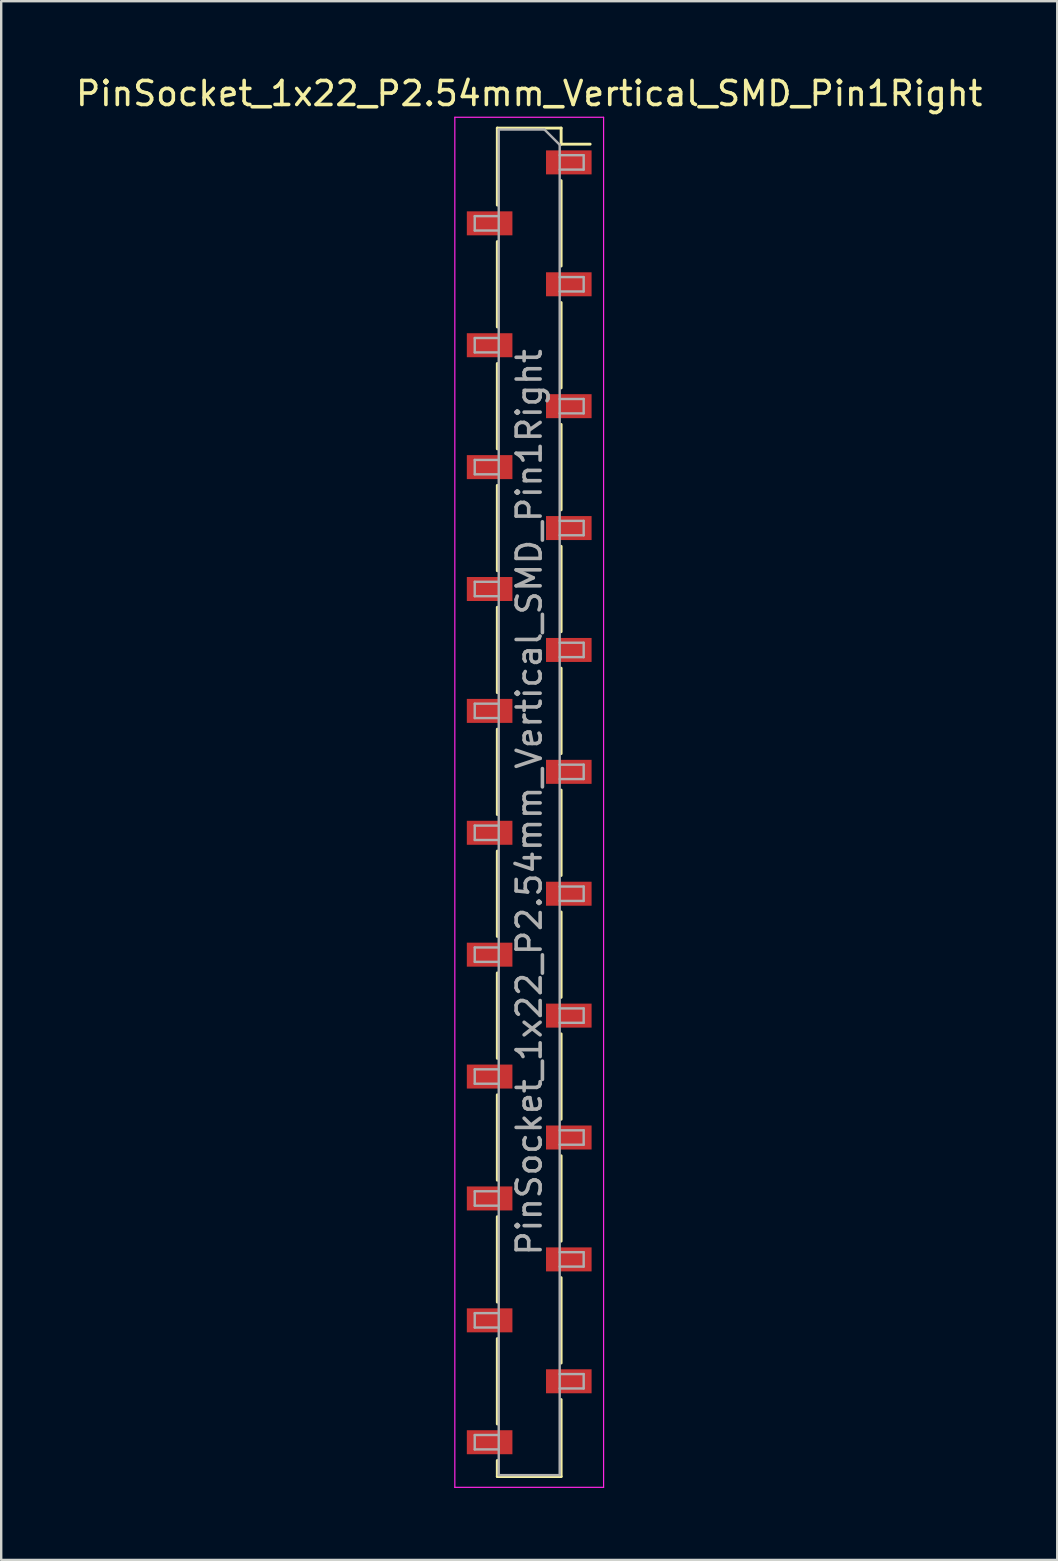
<source format=kicad_pcb>
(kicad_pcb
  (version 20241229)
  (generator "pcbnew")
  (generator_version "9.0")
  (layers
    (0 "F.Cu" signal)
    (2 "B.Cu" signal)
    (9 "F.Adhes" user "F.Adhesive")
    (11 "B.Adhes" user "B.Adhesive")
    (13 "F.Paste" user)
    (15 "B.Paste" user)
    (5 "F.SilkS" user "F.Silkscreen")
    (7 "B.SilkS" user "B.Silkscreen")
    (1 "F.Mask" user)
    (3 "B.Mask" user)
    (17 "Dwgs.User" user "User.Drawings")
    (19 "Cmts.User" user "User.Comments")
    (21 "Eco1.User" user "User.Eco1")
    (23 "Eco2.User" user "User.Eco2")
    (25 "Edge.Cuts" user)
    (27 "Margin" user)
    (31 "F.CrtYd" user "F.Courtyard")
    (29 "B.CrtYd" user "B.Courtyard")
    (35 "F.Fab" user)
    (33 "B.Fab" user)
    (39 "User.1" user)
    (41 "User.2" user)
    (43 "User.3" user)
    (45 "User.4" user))
  (footprint "PinSocket_1x22_P2.54mm_Vertical_SMD_Pin1Right"
    (layer "F.Cu")
    (at 19.006 30.388)
    (property "Reference" "PinSocket_1x22_P2.54mm_Vertical_SMD_Pin1Right" (at 0 -29.54 0) (layer "F.SilkS") (effects (font (size 1 1) (thickness 0.15))))
    (attr smd)
    (fp_line (start -1.33 -28.1) (end -1.33 -24.89) (stroke (width 0.12) (type solid)) (layer "F.SilkS"))
    (fp_line (start -1.33 -28.1) (end 1.33 -28.1) (stroke (width 0.12) (type solid)) (layer "F.SilkS"))
    (fp_line (start -1.33 -23.37) (end -1.33 -19.81) (stroke (width 0.12) (type solid)) (layer "F.SilkS"))
    (fp_line (start -1.33 -18.29) (end -1.33 -14.73) (stroke (width 0.12) (type solid)) (layer "F.SilkS"))
    (fp_line (start -1.33 -13.21) (end -1.33 -9.65) (stroke (width 0.12) (type solid)) (layer "F.SilkS"))
    (fp_line (start -1.33 -8.13) (end -1.33 -4.57) (stroke (width 0.12) (type solid)) (layer "F.SilkS"))
    (fp_line (start -1.33 -3.05) (end -1.33 0.51) (stroke (width 0.12) (type solid)) (layer "F.SilkS"))
    (fp_line (start -1.33 2.03) (end -1.33 5.59) (stroke (width 0.12) (type solid)) (layer "F.SilkS"))
    (fp_line (start -1.33 7.11) (end -1.33 10.67) (stroke (width 0.12) (type solid)) (layer "F.SilkS"))
    (fp_line (start -1.33 12.19) (end -1.33 15.75) (stroke (width 0.12) (type solid)) (layer "F.SilkS"))
    (fp_line (start -1.33 17.27) (end -1.33 20.83) (stroke (width 0.12) (type solid)) (layer "F.SilkS"))
    (fp_line (start -1.33 22.35) (end -1.33 25.91) (stroke (width 0.12) (type solid)) (layer "F.SilkS"))
    (fp_line (start -1.33 27.43) (end -1.33 28.1) (stroke (width 0.12) (type solid)) (layer "F.SilkS"))
    (fp_line (start -1.33 28.1) (end 1.33 28.1) (stroke (width 0.12) (type solid)) (layer "F.SilkS"))
    (fp_line (start 1.33 -28.1) (end 1.33 -27.43) (stroke (width 0.12) (type solid)) (layer "F.SilkS"))
    (fp_line (start 1.33 -27.43) (end 2.54 -27.43) (stroke (width 0.12) (type solid)) (layer "F.SilkS"))
    (fp_line (start 1.33 -25.91) (end 1.33 -22.35) (stroke (width 0.12) (type solid)) (layer "F.SilkS"))
    (fp_line (start 1.33 -20.83) (end 1.33 -17.27) (stroke (width 0.12) (type solid)) (layer "F.SilkS"))
    (fp_line (start 1.33 -15.75) (end 1.33 -12.19) (stroke (width 0.12) (type solid)) (layer "F.SilkS"))
    (fp_line (start 1.33 -10.67) (end 1.33 -7.11) (stroke (width 0.12) (type solid)) (layer "F.SilkS"))
    (fp_line (start 1.33 -5.59) (end 1.33 -2.03) (stroke (width 0.12) (type solid)) (layer "F.SilkS"))
    (fp_line (start 1.33 -0.51) (end 1.33 3.05) (stroke (width 0.12) (type solid)) (layer "F.SilkS"))
    (fp_line (start 1.33 4.57) (end 1.33 8.13) (stroke (width 0.12) (type solid)) (layer "F.SilkS"))
    (fp_line (start 1.33 9.65) (end 1.33 13.21) (stroke (width 0.12) (type solid)) (layer "F.SilkS"))
    (fp_line (start 1.33 14.73) (end 1.33 18.29) (stroke (width 0.12) (type solid)) (layer "F.SilkS"))
    (fp_line (start 1.33 19.81) (end 1.33 23.37) (stroke (width 0.12) (type solid)) (layer "F.SilkS"))
    (fp_line (start 1.33 24.89) (end 1.33 28.1) (stroke (width 0.12) (type solid)) (layer "F.SilkS"))
    (fp_line (start -3.1 -28.55) (end 3.1 -28.55) (stroke (width 0.05) (type solid)) (layer "F.CrtYd"))
    (fp_line (start -3.1 28.55) (end -3.1 -28.55) (stroke (width 0.05) (type solid)) (layer "F.CrtYd"))
    (fp_line (start 3.1 -28.55) (end 3.1 28.55) (stroke (width 0.05) (type solid)) (layer "F.CrtYd"))
    (fp_line (start 3.1 28.55) (end -3.1 28.55) (stroke (width 0.05) (type solid)) (layer "F.CrtYd"))
    (fp_line (start -2.27 -24.43) (end -1.27 -24.43) (stroke (width 0.1) (type solid)) (layer "F.Fab"))
    (fp_line (start -2.27 -23.83) (end -2.27 -24.43) (stroke (width 0.1) (type solid)) (layer "F.Fab"))
    (fp_line (start -2.27 -19.35) (end -1.27 -19.35) (stroke (width 0.1) (type solid)) (layer "F.Fab"))
    (fp_line (start -2.27 -18.75) (end -2.27 -19.35) (stroke (width 0.1) (type solid)) (layer "F.Fab"))
    (fp_line (start -2.27 -14.27) (end -1.27 -14.27) (stroke (width 0.1) (type solid)) (layer "F.Fab"))
    (fp_line (start -2.27 -13.67) (end -2.27 -14.27) (stroke (width 0.1) (type solid)) (layer "F.Fab"))
    (fp_line (start -2.27 -9.19) (end -1.27 -9.19) (stroke (width 0.1) (type solid)) (layer "F.Fab"))
    (fp_line (start -2.27 -8.59) (end -2.27 -9.19) (stroke (width 0.1) (type solid)) (layer "F.Fab"))
    (fp_line (start -2.27 -4.11) (end -1.27 -4.11) (stroke (width 0.1) (type solid)) (layer "F.Fab"))
    (fp_line (start -2.27 -3.51) (end -2.27 -4.11) (stroke (width 0.1) (type solid)) (layer "F.Fab"))
    (fp_line (start -2.27 0.97) (end -1.27 0.97) (stroke (width 0.1) (type solid)) (layer "F.Fab"))
    (fp_line (start -2.27 1.57) (end -2.27 0.97) (stroke (width 0.1) (type solid)) (layer "F.Fab"))
    (fp_line (start -2.27 6.05) (end -1.27 6.05) (stroke (width 0.1) (type solid)) (layer "F.Fab"))
    (fp_line (start -2.27 6.65) (end -2.27 6.05) (stroke (width 0.1) (type solid)) (layer "F.Fab"))
    (fp_line (start -2.27 11.13) (end -1.27 11.13) (stroke (width 0.1) (type solid)) (layer "F.Fab"))
    (fp_line (start -2.27 11.73) (end -2.27 11.13) (stroke (width 0.1) (type solid)) (layer "F.Fab"))
    (fp_line (start -2.27 16.21) (end -1.27 16.21) (stroke (width 0.1) (type solid)) (layer "F.Fab"))
    (fp_line (start -2.27 16.81) (end -2.27 16.21) (stroke (width 0.1) (type solid)) (layer "F.Fab"))
    (fp_line (start -2.27 21.29) (end -1.27 21.29) (stroke (width 0.1) (type solid)) (layer "F.Fab"))
    (fp_line (start -2.27 21.89) (end -2.27 21.29) (stroke (width 0.1) (type solid)) (layer "F.Fab"))
    (fp_line (start -2.27 26.37) (end -1.27 26.37) (stroke (width 0.1) (type solid)) (layer "F.Fab"))
    (fp_line (start -2.27 26.97) (end -2.27 26.37) (stroke (width 0.1) (type solid)) (layer "F.Fab"))
    (fp_line (start -1.27 -28.04) (end 0.635 -28.04) (stroke (width 0.1) (type solid)) (layer "F.Fab"))
    (fp_line (start -1.27 -23.83) (end -2.27 -23.83) (stroke (width 0.1) (type solid)) (layer "F.Fab"))
    (fp_line (start -1.27 -18.75) (end -2.27 -18.75) (stroke (width 0.1) (type solid)) (layer "F.Fab"))
    (fp_line (start -1.27 -13.67) (end -2.27 -13.67) (stroke (width 0.1) (type solid)) (layer "F.Fab"))
    (fp_line (start -1.27 -8.59) (end -2.27 -8.59) (stroke (width 0.1) (type solid)) (layer "F.Fab"))
    (fp_line (start -1.27 -3.51) (end -2.27 -3.51) (stroke (width 0.1) (type solid)) (layer "F.Fab"))
    (fp_line (start -1.27 1.57) (end -2.27 1.57) (stroke (width 0.1) (type solid)) (layer "F.Fab"))
    (fp_line (start -1.27 6.65) (end -2.27 6.65) (stroke (width 0.1) (type solid)) (layer "F.Fab"))
    (fp_line (start -1.27 11.73) (end -2.27 11.73) (stroke (width 0.1) (type solid)) (layer "F.Fab"))
    (fp_line (start -1.27 16.81) (end -2.27 16.81) (stroke (width 0.1) (type solid)) (layer "F.Fab"))
    (fp_line (start -1.27 21.89) (end -2.27 21.89) (stroke (width 0.1) (type solid)) (layer "F.Fab"))
    (fp_line (start -1.27 26.97) (end -2.27 26.97) (stroke (width 0.1) (type solid)) (layer "F.Fab"))
    (fp_line (start -1.27 28.04) (end -1.27 -28.04) (stroke (width 0.1) (type solid)) (layer "F.Fab"))
    (fp_line (start 0.635 -28.04) (end 1.27 -27.405) (stroke (width 0.1) (type solid)) (layer "F.Fab"))
    (fp_line (start 1.27 -27.405) (end 1.27 28.04) (stroke (width 0.1) (type solid)) (layer "F.Fab"))
    (fp_line (start 1.27 -26.97) (end 2.27 -26.97) (stroke (width 0.1) (type solid)) (layer "F.Fab"))
    (fp_line (start 1.27 -21.89) (end 2.27 -21.89) (stroke (width 0.1) (type solid)) (layer "F.Fab"))
    (fp_line (start 1.27 -16.81) (end 2.27 -16.81) (stroke (width 0.1) (type solid)) (layer "F.Fab"))
    (fp_line (start 1.27 -11.73) (end 2.27 -11.73) (stroke (width 0.1) (type solid)) (layer "F.Fab"))
    (fp_line (start 1.27 -6.65) (end 2.27 -6.65) (stroke (width 0.1) (type solid)) (layer "F.Fab"))
    (fp_line (start 1.27 -1.57) (end 2.27 -1.57) (stroke (width 0.1) (type solid)) (layer "F.Fab"))
    (fp_line (start 1.27 3.51) (end 2.27 3.51) (stroke (width 0.1) (type solid)) (layer "F.Fab"))
    (fp_line (start 1.27 8.59) (end 2.27 8.59) (stroke (width 0.1) (type solid)) (layer "F.Fab"))
    (fp_line (start 1.27 13.67) (end 2.27 13.67) (stroke (width 0.1) (type solid)) (layer "F.Fab"))
    (fp_line (start 1.27 18.75) (end 2.27 18.75) (stroke (width 0.1) (type solid)) (layer "F.Fab"))
    (fp_line (start 1.27 23.83) (end 2.27 23.83) (stroke (width 0.1) (type solid)) (layer "F.Fab"))
    (fp_line (start 1.27 28.04) (end -1.27 28.04) (stroke (width 0.1) (type solid)) (layer "F.Fab"))
    (fp_line (start 2.27 -26.97) (end 2.27 -26.37) (stroke (width 0.1) (type solid)) (layer "F.Fab"))
    (fp_line (start 2.27 -26.37) (end 1.27 -26.37) (stroke (width 0.1) (type solid)) (layer "F.Fab"))
    (fp_line (start 2.27 -21.89) (end 2.27 -21.29) (stroke (width 0.1) (type solid)) (layer "F.Fab"))
    (fp_line (start 2.27 -21.29) (end 1.27 -21.29) (stroke (width 0.1) (type solid)) (layer "F.Fab"))
    (fp_line (start 2.27 -16.81) (end 2.27 -16.21) (stroke (width 0.1) (type solid)) (layer "F.Fab"))
    (fp_line (start 2.27 -16.21) (end 1.27 -16.21) (stroke (width 0.1) (type solid)) (layer "F.Fab"))
    (fp_line (start 2.27 -11.73) (end 2.27 -11.13) (stroke (width 0.1) (type solid)) (layer "F.Fab"))
    (fp_line (start 2.27 -11.13) (end 1.27 -11.13) (stroke (width 0.1) (type solid)) (layer "F.Fab"))
    (fp_line (start 2.27 -6.65) (end 2.27 -6.05) (stroke (width 0.1) (type solid)) (layer "F.Fab"))
    (fp_line (start 2.27 -6.05) (end 1.27 -6.05) (stroke (width 0.1) (type solid)) (layer "F.Fab"))
    (fp_line (start 2.27 -1.57) (end 2.27 -0.97) (stroke (width 0.1) (type solid)) (layer "F.Fab"))
    (fp_line (start 2.27 -0.97) (end 1.27 -0.97) (stroke (width 0.1) (type solid)) (layer "F.Fab"))
    (fp_line (start 2.27 3.51) (end 2.27 4.11) (stroke (width 0.1) (type solid)) (layer "F.Fab"))
    (fp_line (start 2.27 4.11) (end 1.27 4.11) (stroke (width 0.1) (type solid)) (layer "F.Fab"))
    (fp_line (start 2.27 8.59) (end 2.27 9.19) (stroke (width 0.1) (type solid)) (layer "F.Fab"))
    (fp_line (start 2.27 9.19) (end 1.27 9.19) (stroke (width 0.1) (type solid)) (layer "F.Fab"))
    (fp_line (start 2.27 13.67) (end 2.27 14.27) (stroke (width 0.1) (type solid)) (layer "F.Fab"))
    (fp_line (start 2.27 14.27) (end 1.27 14.27) (stroke (width 0.1) (type solid)) (layer "F.Fab"))
    (fp_line (start 2.27 18.75) (end 2.27 19.35) (stroke (width 0.1) (type solid)) (layer "F.Fab"))
    (fp_line (start 2.27 19.35) (end 1.27 19.35) (stroke (width 0.1) (type solid)) (layer "F.Fab"))
    (fp_line (start 2.27 23.83) (end 2.27 24.43) (stroke (width 0.1) (type solid)) (layer "F.Fab"))
    (fp_line (start 2.27 24.43) (end 1.27 24.43) (stroke (width 0.1) (type solid)) (layer "F.Fab"))
    (fp_text user "${REFERENCE}" (at 0 0 90) (layer "F.Fab") (effects (font (size 1 1) (thickness 0.15))))
    (pad "1" smd rect (at 1.65 -26.67) (size 1.9 1) (layers "F.Cu" "F.Mask" "F.Paste"))
    (pad "2" smd rect (at -1.65 -24.13) (size 1.9 1) (layers "F.Cu" "F.Mask" "F.Paste"))
    (pad "3" smd rect (at 1.65 -21.59) (size 1.9 1) (layers "F.Cu" "F.Mask" "F.Paste"))
    (pad "4" smd rect (at -1.65 -19.05) (size 1.9 1) (layers "F.Cu" "F.Mask" "F.Paste"))
    (pad "5" smd rect (at 1.65 -16.51) (size 1.9 1) (layers "F.Cu" "F.Mask" "F.Paste"))
    (pad "6" smd rect (at -1.65 -13.97) (size 1.9 1) (layers "F.Cu" "F.Mask" "F.Paste"))
    (pad "7" smd rect (at 1.65 -11.43) (size 1.9 1) (layers "F.Cu" "F.Mask" "F.Paste"))
    (pad "8" smd rect (at -1.65 -8.89) (size 1.9 1) (layers "F.Cu" "F.Mask" "F.Paste"))
    (pad "9" smd rect (at 1.65 -6.35) (size 1.9 1) (layers "F.Cu" "F.Mask" "F.Paste"))
    (pad "10" smd rect (at -1.65 -3.81) (size 1.9 1) (layers "F.Cu" "F.Mask" "F.Paste"))
    (pad "11" smd rect (at 1.65 -1.27) (size 1.9 1) (layers "F.Cu" "F.Mask" "F.Paste"))
    (pad "12" smd rect (at -1.65 1.27) (size 1.9 1) (layers "F.Cu" "F.Mask" "F.Paste"))
    (pad "13" smd rect (at 1.65 3.81) (size 1.9 1) (layers "F.Cu" "F.Mask" "F.Paste"))
    (pad "14" smd rect (at -1.65 6.35) (size 1.9 1) (layers "F.Cu" "F.Mask" "F.Paste"))
    (pad "15" smd rect (at 1.65 8.89) (size 1.9 1) (layers "F.Cu" "F.Mask" "F.Paste"))
    (pad "16" smd rect (at -1.65 11.43) (size 1.9 1) (layers "F.Cu" "F.Mask" "F.Paste"))
    (pad "17" smd rect (at 1.65 13.97) (size 1.9 1) (layers "F.Cu" "F.Mask" "F.Paste"))
    (pad "18" smd rect (at -1.65 16.51) (size 1.9 1) (layers "F.Cu" "F.Mask" "F.Paste"))
    (pad "19" smd rect (at 1.65 19.05) (size 1.9 1) (layers "F.Cu" "F.Mask" "F.Paste"))
    (pad "20" smd rect (at -1.65 21.59) (size 1.9 1) (layers "F.Cu" "F.Mask" "F.Paste"))
    (pad "21" smd rect (at 1.65 24.13) (size 1.9 1) (layers "F.Cu" "F.Mask" "F.Paste"))
    (pad "22" smd rect (at -1.65 26.67) (size 1.9 1) (layers "F.Cu" "F.Mask" "F.Paste")))
  (gr_rect
    (start -3 -3)
    (end 41.012 61.963)
    (stroke (width 0.1) (type default))
    (fill no)
    (layer "Edge.Cuts")))
</source>
